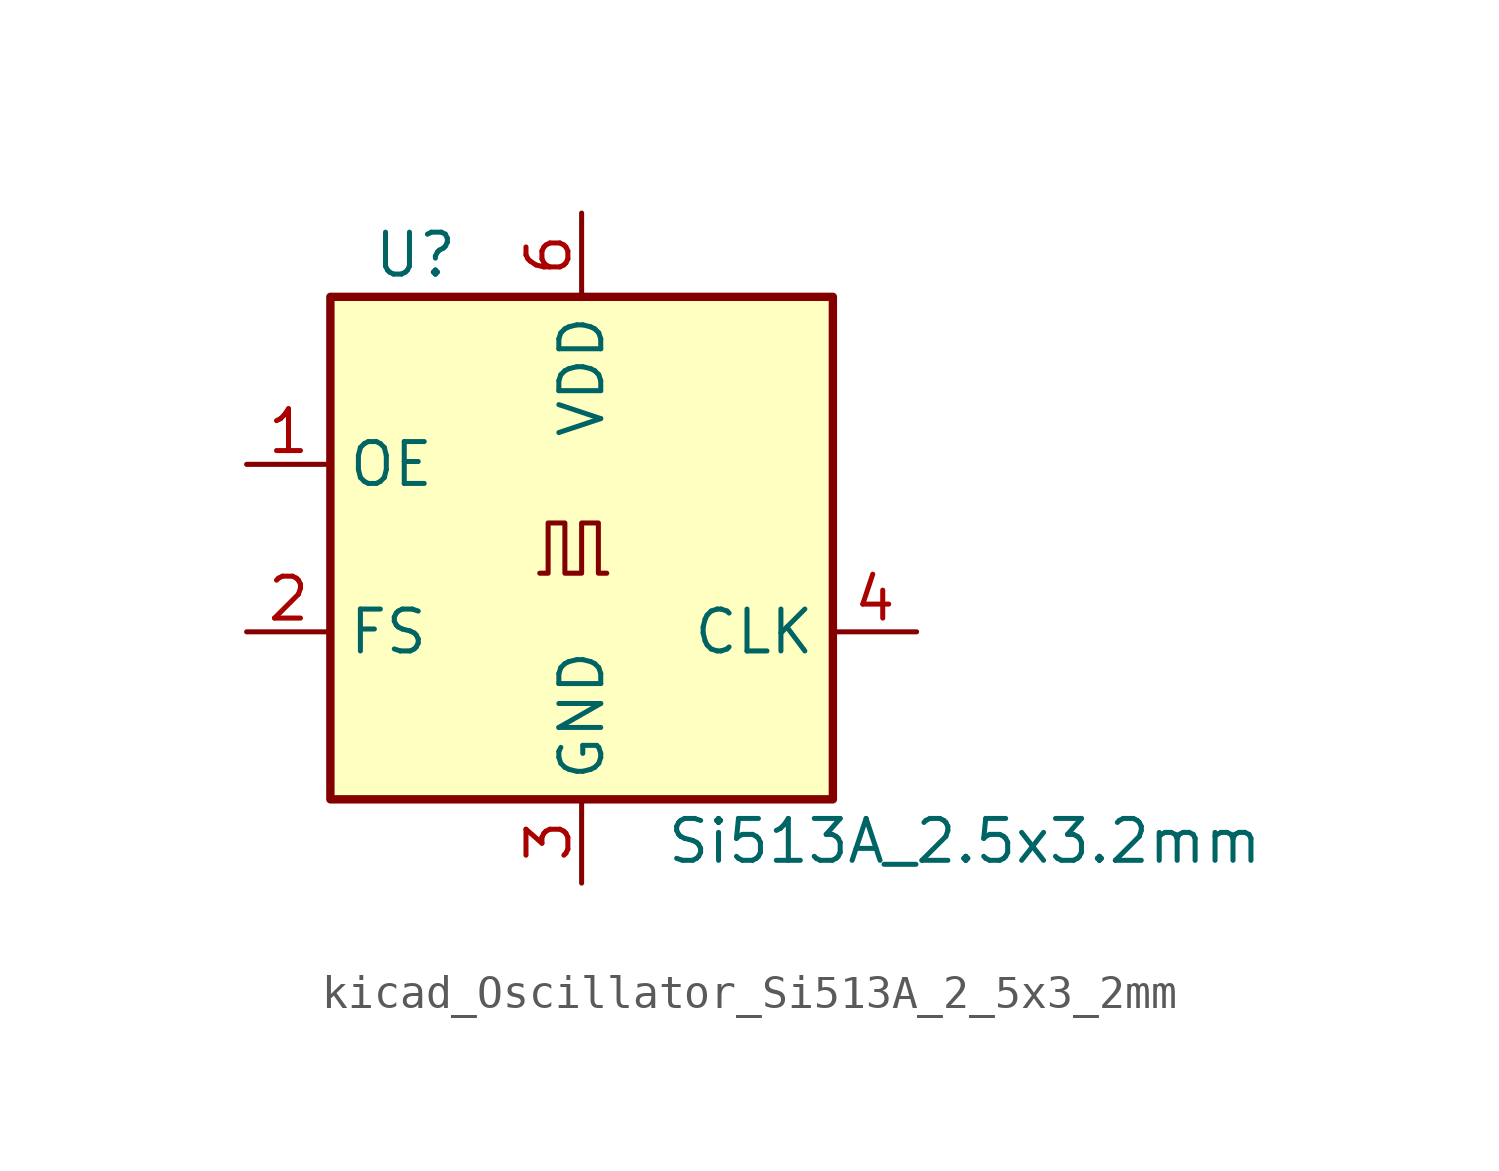
<source format=kicad_sym>
(kicad_symbol_lib
  (version 20220914)
  (generator kicad_symbol_editor)
  (symbol "kicad_Oscillator_Si513A_2_5x3_2mm"
    (property "Reference" "U"
      (at -6.35 8.89 0)
      (effects (font (size 1.27 1.27)) (justify left)))
    (property "Value" "Si513A_2.5x3.2mm"
      (at 2.54 -8.89 0)
      (effects (font (size 1.27 1.27)) (justify left)))
    (symbol "kicad_Oscillator_Si513A_2_5x3_2mm_0_1"
      (rectangle (start -7.62 7.62) (end 7.62 -7.62) (stroke (width 0.254) (type default)) (fill (type background)))
      (polyline (pts (xy -1.27 -0.762) (xy -1.016 -0.762) (xy -1.016 0.762) (xy -0.508 0.762) (xy -0.508 -0.762) (xy 0 -0.762) (xy 0 0.762) (xy 0.508 0.762) (xy 0.508 -0.762) (xy 0.762 -0.762)) (stroke (width 0) (type default)) (fill (type none))))
    (symbol "kicad_Oscillator_Si513A_2_5x3_2mm_1_1"
      (pin input line (at -10.16 2.54 0) (length 2.54) (name "OE" (effects (font (size 1.27 1.27)))) (number "1" (effects (font (size 1.27 1.27)))))
      (pin input line (at -10.16 -2.54 0) (length 2.54) (name "FS" (effects (font (size 1.27 1.27)))) (number "2" (effects (font (size 1.27 1.27)))))
      (pin power_in line (at 0 -10.16 90) (length 2.54) (name "GND" (effects (font (size 1.27 1.27)))) (number "3" (effects (font (size 1.27 1.27)))))
      (pin output line (at 10.16 -2.54 180) (length 2.54) (name "CLK" (effects (font (size 1.27 1.27)))) (number "4" (effects (font (size 1.27 1.27)))))
      (pin no_connect line (at 7.62 2.54 180) (length 2.54) hide (name "NC" (effects (font (size 1.27 1.27)))) (number "5" (effects (font (size 1.27 1.27)))))
      (pin power_in line (at 0 10.16 270) (length 2.54) (name "VDD" (effects (font (size 1.27 1.27)))) (number "6" (effects (font (size 1.27 1.27))))))))
</source>
